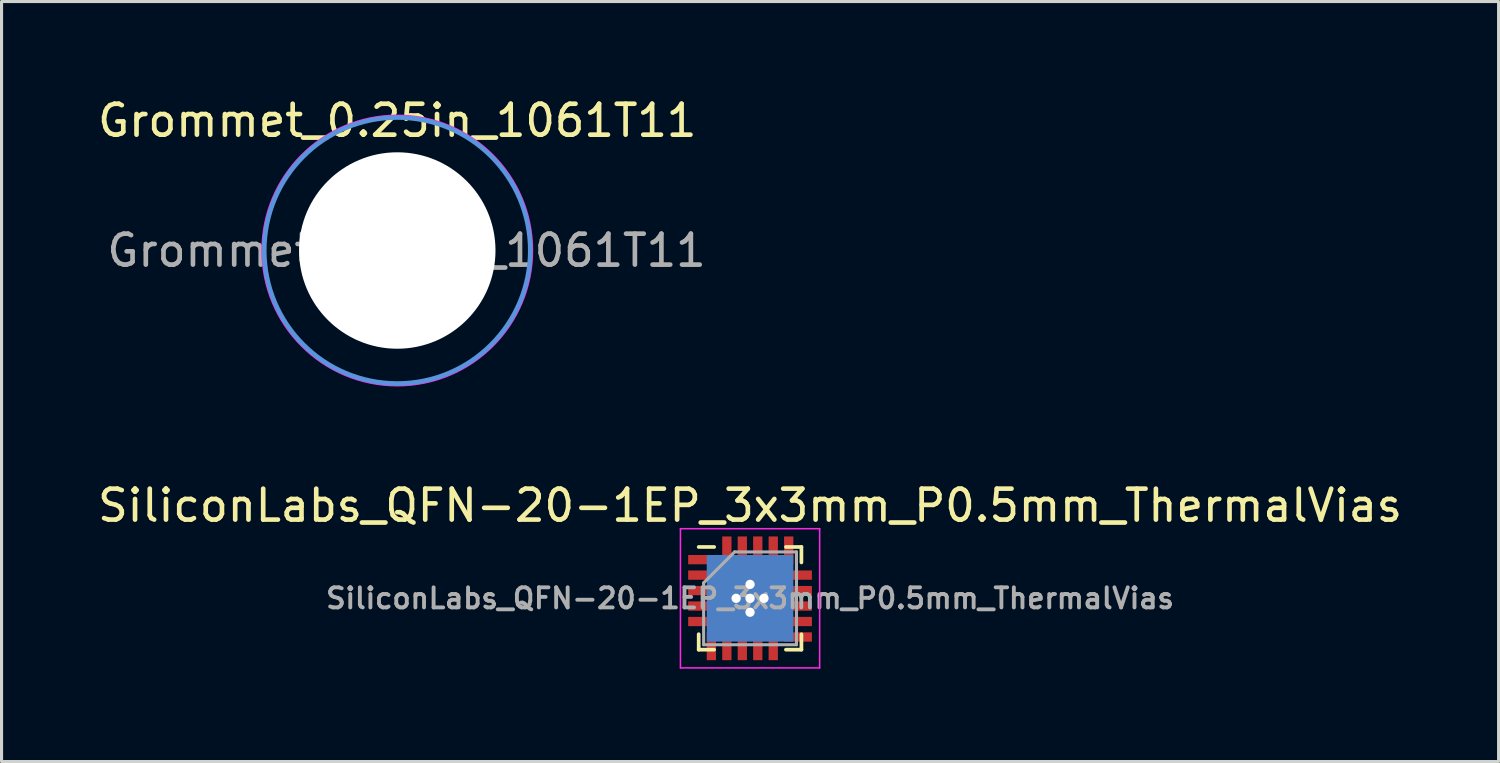
<source format=kicad_pcb>
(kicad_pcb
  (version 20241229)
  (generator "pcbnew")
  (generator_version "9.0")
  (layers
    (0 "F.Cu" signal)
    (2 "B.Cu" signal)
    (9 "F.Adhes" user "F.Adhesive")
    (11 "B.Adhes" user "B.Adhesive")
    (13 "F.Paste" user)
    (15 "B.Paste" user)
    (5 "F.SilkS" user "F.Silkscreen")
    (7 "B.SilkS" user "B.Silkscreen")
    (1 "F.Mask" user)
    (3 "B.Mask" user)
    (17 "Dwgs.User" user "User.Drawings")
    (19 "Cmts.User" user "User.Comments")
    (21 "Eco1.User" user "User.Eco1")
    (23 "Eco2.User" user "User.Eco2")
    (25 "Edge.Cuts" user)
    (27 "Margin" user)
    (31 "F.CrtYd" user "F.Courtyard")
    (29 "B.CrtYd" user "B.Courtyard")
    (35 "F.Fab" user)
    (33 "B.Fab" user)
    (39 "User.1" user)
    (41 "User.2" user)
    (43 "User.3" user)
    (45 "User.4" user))
  (footprint "Grommet_0.25in_1061T11"
    (layer "F.Cu")
    (at 9.792 5.048)
    (property "Reference" "Grommet_0.25in_1061T11" (at 0 -4.2 0) (layer "F.SilkS") (effects (font (size 1 1) (thickness 0.15))))
    (attr exclude_from_pos_files exclude_from_bom)
    (fp_circle (center 0 0) (end 4.3 0) (stroke (width 0.15) (type solid)) (fill no) (layer "Cmts.User"))
    (fp_circle (center 0 0) (end 4.37 0) (stroke (width 0.05) (type solid)) (fill no) (layer "F.CrtYd"))
    (fp_text user "${REFERENCE}" (at 0.3 0 0) (layer "F.Fab") (effects (font (size 1 1) (thickness 0.15))))
    (pad "" np_thru_hole circle (at 0 0) (size 6.35 6.35) (drill 6.35) (layers "*.Cu" "*.Mask")))
  (footprint "SiliconLabs_QFN-20-1EP_3x3mm_P0.5mm_ThermalVias"
    (layer "F.Cu")
    (at 21.196 16.291)
    (property "Reference" "SiliconLabs_QFN-20-1EP_3x3mm_P0.5mm_ThermalVias" (at 0 -3 0) (layer "F.SilkS") (effects (font (size 1 1) (thickness 0.15))))
    (attr smd)
    (fp_line (start -1.66 -1.66) (end -1.16 -1.66) (stroke (width 0.12) (type solid)) (layer "F.SilkS"))
    (fp_line (start -1.66 1.66) (end -1.66 1.16) (stroke (width 0.12) (type solid)) (layer "F.SilkS"))
    (fp_line (start -1.16 1.66) (end -1.66 1.66) (stroke (width 0.12) (type solid)) (layer "F.SilkS"))
    (fp_line (start 1.16 -1.66) (end 1.66 -1.66) (stroke (width 0.12) (type solid)) (layer "F.SilkS"))
    (fp_line (start 1.16 1.66) (end 1.66 1.66) (stroke (width 0.12) (type solid)) (layer "F.SilkS"))
    (fp_line (start 1.66 -1.66) (end 1.66 -1.16) (stroke (width 0.12) (type solid)) (layer "F.SilkS"))
    (fp_line (start 1.66 1.66) (end 1.66 1.16) (stroke (width 0.12) (type solid)) (layer "F.SilkS"))
    (fp_line (start -2.25 -2.25) (end -2.25 2.25) (stroke (width 0.05) (type solid)) (layer "F.CrtYd"))
    (fp_line (start -2.25 2.25) (end 2.25 2.25) (stroke (width 0.05) (type solid)) (layer "F.CrtYd"))
    (fp_line (start 2.25 -2.25) (end -2.25 -2.25) (stroke (width 0.05) (type solid)) (layer "F.CrtYd"))
    (fp_line (start 2.25 2.25) (end 2.25 -2.25) (stroke (width 0.05) (type solid)) (layer "F.CrtYd"))
    (fp_line (start -1.5 -0.5) (end -0.5 -1.5) (stroke (width 0.1) (type solid)) (layer "F.Fab"))
    (fp_line (start -1.5 1.5) (end -1.5 -0.5) (stroke (width 0.1) (type solid)) (layer "F.Fab"))
    (fp_line (start -0.5 -1.5) (end 1.5 -1.5) (stroke (width 0.1) (type solid)) (layer "F.Fab"))
    (fp_line (start 1.5 -1.5) (end 1.5 1.5) (stroke (width 0.1) (type solid)) (layer "F.Fab"))
    (fp_line (start 1.5 1.5) (end -1.5 1.5) (stroke (width 0.1) (type solid)) (layer "F.Fab"))
    (fp_text user "${REFERENCE}" (at 0 0 0) (layer "F.Fab") (effects (font (size 0.65 0.65) (thickness 0.125))))
    (pad "" smd rect (at -0.45 -0.45) (size 0.54 0.54) (layers "F.Paste"))
    (pad "" smd rect (at -0.45 0.45) (size 0.54 0.54) (layers "F.Paste"))
    (pad "" smd rect (at 0.45 -0.45) (size 0.54 0.54) (layers "F.Paste"))
    (pad "" smd rect (at 0.45 0.45) (size 0.54 0.54) (layers "F.Paste"))
    (pad "1" smd rect (at -1.55 -1.25) (size 0.9 0.3) (layers "F.Cu" "F.Mask" "F.Paste"))
    (pad "2" smd rect (at -1.55 -0.75) (size 0.9 0.3) (layers "F.Cu" "F.Mask" "F.Paste"))
    (pad "3" smd rect (at -1.55 -0.25) (size 0.9 0.3) (layers "F.Cu" "F.Mask" "F.Paste"))
    (pad "4" smd rect (at -1.55 0.25) (size 0.9 0.3) (layers "F.Cu" "F.Mask" "F.Paste"))
    (pad "5" smd rect (at -1.55 0.75) (size 0.9 0.3) (layers "F.Cu" "F.Mask" "F.Paste"))
    (pad "6" smd rect (at -1.25 1.55) (size 0.3 0.9) (layers "F.Cu" "F.Mask" "F.Paste"))
    (pad "7" smd rect (at -0.75 1.55 90) (size 0.9 0.3) (layers "F.Cu" "F.Mask" "F.Paste"))
    (pad "8" smd rect (at -0.25 1.55 90) (size 0.9 0.3) (layers "F.Cu" "F.Mask" "F.Paste"))
    (pad "9" smd rect (at 0.25 1.55 90) (size 0.9 0.3) (layers "F.Cu" "F.Mask" "F.Paste"))
    (pad "10" smd rect (at 0.75 1.55 90) (size 0.9 0.3) (layers "F.Cu" "F.Mask" "F.Paste"))
    (pad "11" smd rect (at 1.55 1.25) (size 0.9 0.3) (layers "F.Cu" "F.Mask" "F.Paste"))
    (pad "12" smd rect (at 1.55 0.75) (size 0.9 0.3) (layers "F.Cu" "F.Mask" "F.Paste"))
    (pad "13" smd rect (at 1.55 0.25) (size 0.9 0.3) (layers "F.Cu" "F.Mask" "F.Paste"))
    (pad "14" smd rect (at 1.55 -0.25) (size 0.9 0.3) (layers "F.Cu" "F.Mask" "F.Paste"))
    (pad "15" smd rect (at 1.55 -0.75) (size 0.9 0.3) (layers "F.Cu" "F.Mask" "F.Paste"))
    (pad "16" smd rect (at 1.25 -1.55) (size 0.3 0.9) (layers "F.Cu" "F.Mask" "F.Paste"))
    (pad "17" smd rect (at 0.75 -1.55 90) (size 0.9 0.3) (layers "F.Cu" "F.Mask" "F.Paste"))
    (pad "18" smd rect (at 0.25 -1.55 90) (size 0.9 0.3) (layers "F.Cu" "F.Mask" "F.Paste"))
    (pad "19" smd rect (at -0.25 -1.55 90) (size 0.9 0.3) (layers "F.Cu" "F.Mask" "F.Paste"))
    (pad "20" smd rect (at -0.75 -1.55 90) (size 0.9 0.3) (layers "F.Cu" "F.Mask" "F.Paste"))
    (pad "21" thru_hole circle (at -0.45 0) (size 0.6 0.6) (drill 0.3) (layers "*.Cu"))
    (pad "21" thru_hole circle (at 0 -0.45) (size 0.6 0.6) (drill 0.3) (layers "*.Cu"))
    (pad "21" thru_hole circle (at 0 0) (size 0.6 0.6) (drill 0.3) (layers "*.Cu"))
    (pad "21" smd rect (at 0 0) (size 1.8 1.8) (layers "F.Cu" "F.Mask"))
    (pad "21" smd rect (at 0 0) (size 2.8 2.8) (layers "B.Cu"))
    (pad "21" thru_hole circle (at 0 0.45) (size 0.6 0.6) (drill 0.3) (layers "*.Cu"))
    (pad "21" thru_hole circle (at 0.45 0) (size 0.6 0.6) (drill 0.3) (layers "*.Cu")))
  (gr_rect
    (start -3 -3)
    (end 45.393 21.567)
    (stroke (width 0.1) (type default))
    (fill no)
    (layer "Edge.Cuts")))
</source>
